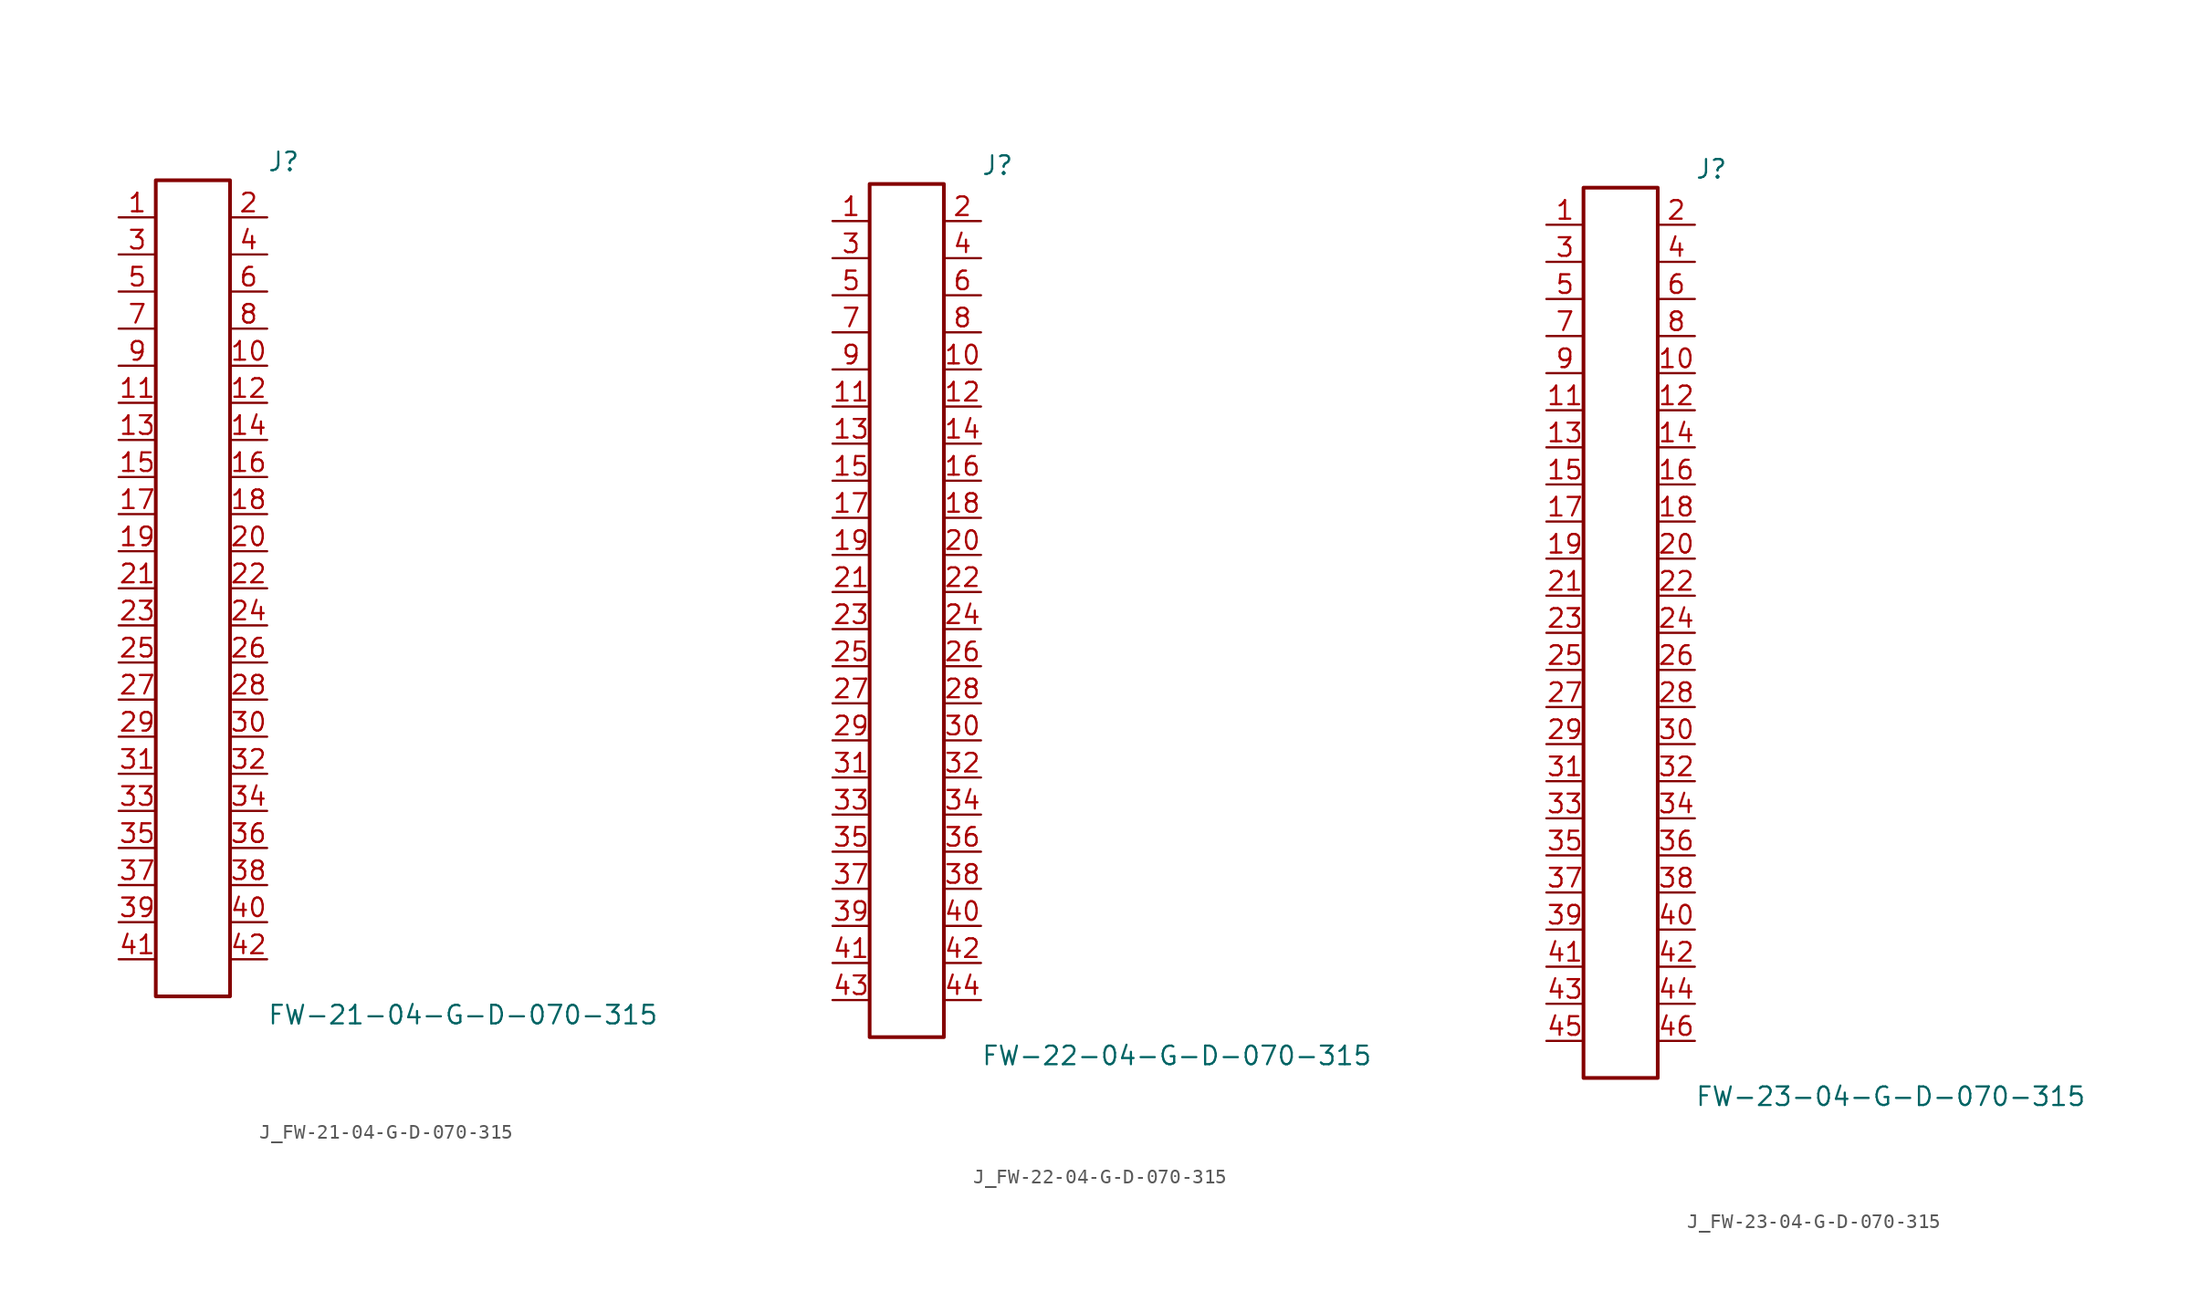
<source format=kicad_sym>
(kicad_symbol_lib
  (version 20231120)
  (generator kicad_symbol_editor)
  (generator_version 8.0)
  (symbol "J_FW-21-04-G-D-070-315"
    (pin_names
      (offset 0.254))
    (property "Reference" "J"
      (at 5.08 29.21 0)
      (effects (font (size 1.27 1.27)) (justify left)))
    (property "Value" "FW-21-04-G-D-070-315"
      (at 5.08 -29.21 0)
      (effects (font (size 1.27 1.27)) (justify left)))
    (symbol "J_FW-21-04-G-D-070-315_0_0"
      (pin passive line (at -5.08 25.4 0) (length 2.54) (name "" (effects (font (size 1.27 1.27)))) (number "1" (effects (font (size 1.27 1.27)))))
      (pin passive line (at 5.08 25.4 180) (length 2.54) (name "" (effects (font (size 1.27 1.27)))) (number "2" (effects (font (size 1.27 1.27)))))
      (pin passive line (at -5.08 22.86 0) (length 2.54) (name "" (effects (font (size 1.27 1.27)))) (number "3" (effects (font (size 1.27 1.27)))))
      (pin passive line (at 5.08 22.86 180) (length 2.54) (name "" (effects (font (size 1.27 1.27)))) (number "4" (effects (font (size 1.27 1.27)))))
      (pin passive line (at -5.08 20.32 0) (length 2.54) (name "" (effects (font (size 1.27 1.27)))) (number "5" (effects (font (size 1.27 1.27)))))
      (pin passive line (at 5.08 20.32 180) (length 2.54) (name "" (effects (font (size 1.27 1.27)))) (number "6" (effects (font (size 1.27 1.27)))))
      (pin passive line (at -5.08 17.78 0) (length 2.54) (name "" (effects (font (size 1.27 1.27)))) (number "7" (effects (font (size 1.27 1.27)))))
      (pin passive line (at 5.08 17.78 180) (length 2.54) (name "" (effects (font (size 1.27 1.27)))) (number "8" (effects (font (size 1.27 1.27)))))
      (pin passive line (at -5.08 15.24 0) (length 2.54) (name "" (effects (font (size 1.27 1.27)))) (number "9" (effects (font (size 1.27 1.27)))))
      (pin passive line (at 5.08 15.24 180) (length 2.54) (name "" (effects (font (size 1.27 1.27)))) (number "10" (effects (font (size 1.27 1.27)))))
      (pin passive line (at -5.08 12.7 0) (length 2.54) (name "" (effects (font (size 1.27 1.27)))) (number "11" (effects (font (size 1.27 1.27)))))
      (pin passive line (at 5.08 12.7 180) (length 2.54) (name "" (effects (font (size 1.27 1.27)))) (number "12" (effects (font (size 1.27 1.27)))))
      (pin passive line (at -5.08 10.16 0) (length 2.54) (name "" (effects (font (size 1.27 1.27)))) (number "13" (effects (font (size 1.27 1.27)))))
      (pin passive line (at 5.08 10.16 180) (length 2.54) (name "" (effects (font (size 1.27 1.27)))) (number "14" (effects (font (size 1.27 1.27)))))
      (pin passive line (at -5.08 7.62 0) (length 2.54) (name "" (effects (font (size 1.27 1.27)))) (number "15" (effects (font (size 1.27 1.27)))))
      (pin passive line (at 5.08 7.62 180) (length 2.54) (name "" (effects (font (size 1.27 1.27)))) (number "16" (effects (font (size 1.27 1.27)))))
      (pin passive line (at -5.08 5.08 0) (length 2.54) (name "" (effects (font (size 1.27 1.27)))) (number "17" (effects (font (size 1.27 1.27)))))
      (pin passive line (at 5.08 5.08 180) (length 2.54) (name "" (effects (font (size 1.27 1.27)))) (number "18" (effects (font (size 1.27 1.27)))))
      (pin passive line (at -5.08 2.54 0) (length 2.54) (name "" (effects (font (size 1.27 1.27)))) (number "19" (effects (font (size 1.27 1.27)))))
      (pin passive line (at 5.08 2.54 180) (length 2.54) (name "" (effects (font (size 1.27 1.27)))) (number "20" (effects (font (size 1.27 1.27)))))
      (pin passive line (at -5.08 0.0 0) (length 2.54) (name "" (effects (font (size 1.27 1.27)))) (number "21" (effects (font (size 1.27 1.27)))))
      (pin passive line (at 5.08 0.0 180) (length 2.54) (name "" (effects (font (size 1.27 1.27)))) (number "22" (effects (font (size 1.27 1.27)))))
      (pin passive line (at -5.08 -2.54 0) (length 2.54) (name "" (effects (font (size 1.27 1.27)))) (number "23" (effects (font (size 1.27 1.27)))))
      (pin passive line (at 5.08 -2.54 180) (length 2.54) (name "" (effects (font (size 1.27 1.27)))) (number "24" (effects (font (size 1.27 1.27)))))
      (pin passive line (at -5.08 -5.08 0) (length 2.54) (name "" (effects (font (size 1.27 1.27)))) (number "25" (effects (font (size 1.27 1.27)))))
      (pin passive line (at 5.08 -5.08 180) (length 2.54) (name "" (effects (font (size 1.27 1.27)))) (number "26" (effects (font (size 1.27 1.27)))))
      (pin passive line (at -5.08 -7.62 0) (length 2.54) (name "" (effects (font (size 1.27 1.27)))) (number "27" (effects (font (size 1.27 1.27)))))
      (pin passive line (at 5.08 -7.62 180) (length 2.54) (name "" (effects (font (size 1.27 1.27)))) (number "28" (effects (font (size 1.27 1.27)))))
      (pin passive line (at -5.08 -10.16 0) (length 2.54) (name "" (effects (font (size 1.27 1.27)))) (number "29" (effects (font (size 1.27 1.27)))))
      (pin passive line (at 5.08 -10.16 180) (length 2.54) (name "" (effects (font (size 1.27 1.27)))) (number "30" (effects (font (size 1.27 1.27)))))
      (pin passive line (at -5.08 -12.7 0) (length 2.54) (name "" (effects (font (size 1.27 1.27)))) (number "31" (effects (font (size 1.27 1.27)))))
      (pin passive line (at 5.08 -12.7 180) (length 2.54) (name "" (effects (font (size 1.27 1.27)))) (number "32" (effects (font (size 1.27 1.27)))))
      (pin passive line (at -5.08 -15.24 0) (length 2.54) (name "" (effects (font (size 1.27 1.27)))) (number "33" (effects (font (size 1.27 1.27)))))
      (pin passive line (at 5.08 -15.24 180) (length 2.54) (name "" (effects (font (size 1.27 1.27)))) (number "34" (effects (font (size 1.27 1.27)))))
      (pin passive line (at -5.08 -17.78 0) (length 2.54) (name "" (effects (font (size 1.27 1.27)))) (number "35" (effects (font (size 1.27 1.27)))))
      (pin passive line (at 5.08 -17.78 180) (length 2.54) (name "" (effects (font (size 1.27 1.27)))) (number "36" (effects (font (size 1.27 1.27)))))
      (pin passive line (at -5.08 -20.32 0) (length 2.54) (name "" (effects (font (size 1.27 1.27)))) (number "37" (effects (font (size 1.27 1.27)))))
      (pin passive line (at 5.08 -20.32 180) (length 2.54) (name "" (effects (font (size 1.27 1.27)))) (number "38" (effects (font (size 1.27 1.27)))))
      (pin passive line (at -5.08 -22.86 0) (length 2.54) (name "" (effects (font (size 1.27 1.27)))) (number "39" (effects (font (size 1.27 1.27)))))
      (pin passive line (at 5.08 -22.86 180) (length 2.54) (name "" (effects (font (size 1.27 1.27)))) (number "40" (effects (font (size 1.27 1.27)))))
      (pin passive line (at -5.08 -25.4 0) (length 2.54) (name "" (effects (font (size 1.27 1.27)))) (number "41" (effects (font (size 1.27 1.27)))))
      (pin passive line (at 5.08 -25.4 180) (length 2.54) (name "" (effects (font (size 1.27 1.27)))) (number "42" (effects (font (size 1.27 1.27))))))
    (symbol "J_FW-21-04-G-D-070-315_1_0"
      (rectangle (start -2.54 27.94) (end 2.54 -27.94) (stroke (width 0.254) (type solid)) (fill (type none)))))
  (symbol "J_FW-22-04-G-D-070-315"
    (pin_names
      (offset 0.254))
    (property "Reference" "J"
      (at 5.08 30.48 0)
      (effects (font (size 1.27 1.27)) (justify left)))
    (property "Value" "FW-22-04-G-D-070-315"
      (at 5.08 -30.48 0)
      (effects (font (size 1.27 1.27)) (justify left)))
    (symbol "J_FW-22-04-G-D-070-315_0_0"
      (pin passive line (at -5.08 26.67 0) (length 2.54) (name "" (effects (font (size 1.27 1.27)))) (number "1" (effects (font (size 1.27 1.27)))))
      (pin passive line (at 5.08 26.67 180) (length 2.54) (name "" (effects (font (size 1.27 1.27)))) (number "2" (effects (font (size 1.27 1.27)))))
      (pin passive line (at -5.08 24.13 0) (length 2.54) (name "" (effects (font (size 1.27 1.27)))) (number "3" (effects (font (size 1.27 1.27)))))
      (pin passive line (at 5.08 24.13 180) (length 2.54) (name "" (effects (font (size 1.27 1.27)))) (number "4" (effects (font (size 1.27 1.27)))))
      (pin passive line (at -5.08 21.59 0) (length 2.54) (name "" (effects (font (size 1.27 1.27)))) (number "5" (effects (font (size 1.27 1.27)))))
      (pin passive line (at 5.08 21.59 180) (length 2.54) (name "" (effects (font (size 1.27 1.27)))) (number "6" (effects (font (size 1.27 1.27)))))
      (pin passive line (at -5.08 19.05 0) (length 2.54) (name "" (effects (font (size 1.27 1.27)))) (number "7" (effects (font (size 1.27 1.27)))))
      (pin passive line (at 5.08 19.05 180) (length 2.54) (name "" (effects (font (size 1.27 1.27)))) (number "8" (effects (font (size 1.27 1.27)))))
      (pin passive line (at -5.08 16.51 0) (length 2.54) (name "" (effects (font (size 1.27 1.27)))) (number "9" (effects (font (size 1.27 1.27)))))
      (pin passive line (at 5.08 16.51 180) (length 2.54) (name "" (effects (font (size 1.27 1.27)))) (number "10" (effects (font (size 1.27 1.27)))))
      (pin passive line (at -5.08 13.97 0) (length 2.54) (name "" (effects (font (size 1.27 1.27)))) (number "11" (effects (font (size 1.27 1.27)))))
      (pin passive line (at 5.08 13.97 180) (length 2.54) (name "" (effects (font (size 1.27 1.27)))) (number "12" (effects (font (size 1.27 1.27)))))
      (pin passive line (at -5.08 11.43 0) (length 2.54) (name "" (effects (font (size 1.27 1.27)))) (number "13" (effects (font (size 1.27 1.27)))))
      (pin passive line (at 5.08 11.43 180) (length 2.54) (name "" (effects (font (size 1.27 1.27)))) (number "14" (effects (font (size 1.27 1.27)))))
      (pin passive line (at -5.08 8.89 0) (length 2.54) (name "" (effects (font (size 1.27 1.27)))) (number "15" (effects (font (size 1.27 1.27)))))
      (pin passive line (at 5.08 8.89 180) (length 2.54) (name "" (effects (font (size 1.27 1.27)))) (number "16" (effects (font (size 1.27 1.27)))))
      (pin passive line (at -5.08 6.35 0) (length 2.54) (name "" (effects (font (size 1.27 1.27)))) (number "17" (effects (font (size 1.27 1.27)))))
      (pin passive line (at 5.08 6.35 180) (length 2.54) (name "" (effects (font (size 1.27 1.27)))) (number "18" (effects (font (size 1.27 1.27)))))
      (pin passive line (at -5.08 3.81 0) (length 2.54) (name "" (effects (font (size 1.27 1.27)))) (number "19" (effects (font (size 1.27 1.27)))))
      (pin passive line (at 5.08 3.81 180) (length 2.54) (name "" (effects (font (size 1.27 1.27)))) (number "20" (effects (font (size 1.27 1.27)))))
      (pin passive line (at -5.08 1.27 0) (length 2.54) (name "" (effects (font (size 1.27 1.27)))) (number "21" (effects (font (size 1.27 1.27)))))
      (pin passive line (at 5.08 1.27 180) (length 2.54) (name "" (effects (font (size 1.27 1.27)))) (number "22" (effects (font (size 1.27 1.27)))))
      (pin passive line (at -5.08 -1.27 0) (length 2.54) (name "" (effects (font (size 1.27 1.27)))) (number "23" (effects (font (size 1.27 1.27)))))
      (pin passive line (at 5.08 -1.27 180) (length 2.54) (name "" (effects (font (size 1.27 1.27)))) (number "24" (effects (font (size 1.27 1.27)))))
      (pin passive line (at -5.08 -3.81 0) (length 2.54) (name "" (effects (font (size 1.27 1.27)))) (number "25" (effects (font (size 1.27 1.27)))))
      (pin passive line (at 5.08 -3.81 180) (length 2.54) (name "" (effects (font (size 1.27 1.27)))) (number "26" (effects (font (size 1.27 1.27)))))
      (pin passive line (at -5.08 -6.35 0) (length 2.54) (name "" (effects (font (size 1.27 1.27)))) (number "27" (effects (font (size 1.27 1.27)))))
      (pin passive line (at 5.08 -6.35 180) (length 2.54) (name "" (effects (font (size 1.27 1.27)))) (number "28" (effects (font (size 1.27 1.27)))))
      (pin passive line (at -5.08 -8.89 0) (length 2.54) (name "" (effects (font (size 1.27 1.27)))) (number "29" (effects (font (size 1.27 1.27)))))
      (pin passive line (at 5.08 -8.89 180) (length 2.54) (name "" (effects (font (size 1.27 1.27)))) (number "30" (effects (font (size 1.27 1.27)))))
      (pin passive line (at -5.08 -11.43 0) (length 2.54) (name "" (effects (font (size 1.27 1.27)))) (number "31" (effects (font (size 1.27 1.27)))))
      (pin passive line (at 5.08 -11.43 180) (length 2.54) (name "" (effects (font (size 1.27 1.27)))) (number "32" (effects (font (size 1.27 1.27)))))
      (pin passive line (at -5.08 -13.97 0) (length 2.54) (name "" (effects (font (size 1.27 1.27)))) (number "33" (effects (font (size 1.27 1.27)))))
      (pin passive line (at 5.08 -13.97 180) (length 2.54) (name "" (effects (font (size 1.27 1.27)))) (number "34" (effects (font (size 1.27 1.27)))))
      (pin passive line (at -5.08 -16.51 0) (length 2.54) (name "" (effects (font (size 1.27 1.27)))) (number "35" (effects (font (size 1.27 1.27)))))
      (pin passive line (at 5.08 -16.51 180) (length 2.54) (name "" (effects (font (size 1.27 1.27)))) (number "36" (effects (font (size 1.27 1.27)))))
      (pin passive line (at -5.08 -19.05 0) (length 2.54) (name "" (effects (font (size 1.27 1.27)))) (number "37" (effects (font (size 1.27 1.27)))))
      (pin passive line (at 5.08 -19.05 180) (length 2.54) (name "" (effects (font (size 1.27 1.27)))) (number "38" (effects (font (size 1.27 1.27)))))
      (pin passive line (at -5.08 -21.59 0) (length 2.54) (name "" (effects (font (size 1.27 1.27)))) (number "39" (effects (font (size 1.27 1.27)))))
      (pin passive line (at 5.08 -21.59 180) (length 2.54) (name "" (effects (font (size 1.27 1.27)))) (number "40" (effects (font (size 1.27 1.27)))))
      (pin passive line (at -5.08 -24.13 0) (length 2.54) (name "" (effects (font (size 1.27 1.27)))) (number "41" (effects (font (size 1.27 1.27)))))
      (pin passive line (at 5.08 -24.13 180) (length 2.54) (name "" (effects (font (size 1.27 1.27)))) (number "42" (effects (font (size 1.27 1.27)))))
      (pin passive line (at -5.08 -26.67 0) (length 2.54) (name "" (effects (font (size 1.27 1.27)))) (number "43" (effects (font (size 1.27 1.27)))))
      (pin passive line (at 5.08 -26.67 180) (length 2.54) (name "" (effects (font (size 1.27 1.27)))) (number "44" (effects (font (size 1.27 1.27))))))
    (symbol "J_FW-22-04-G-D-070-315_1_0"
      (rectangle (start -2.54 29.21) (end 2.54 -29.21) (stroke (width 0.254) (type solid)) (fill (type none)))))
  (symbol "J_FW-23-04-G-D-070-315"
    (pin_names
      (offset 0.254))
    (property "Reference" "J"
      (at 5.08 31.75 0)
      (effects (font (size 1.27 1.27)) (justify left)))
    (property "Value" "FW-23-04-G-D-070-315"
      (at 5.08 -31.75 0)
      (effects (font (size 1.27 1.27)) (justify left)))
    (symbol "J_FW-23-04-G-D-070-315_0_0"
      (pin passive line (at -5.08 27.94 0) (length 2.54) (name "" (effects (font (size 1.27 1.27)))) (number "1" (effects (font (size 1.27 1.27)))))
      (pin passive line (at 5.08 27.94 180) (length 2.54) (name "" (effects (font (size 1.27 1.27)))) (number "2" (effects (font (size 1.27 1.27)))))
      (pin passive line (at -5.08 25.4 0) (length 2.54) (name "" (effects (font (size 1.27 1.27)))) (number "3" (effects (font (size 1.27 1.27)))))
      (pin passive line (at 5.08 25.4 180) (length 2.54) (name "" (effects (font (size 1.27 1.27)))) (number "4" (effects (font (size 1.27 1.27)))))
      (pin passive line (at -5.08 22.86 0) (length 2.54) (name "" (effects (font (size 1.27 1.27)))) (number "5" (effects (font (size 1.27 1.27)))))
      (pin passive line (at 5.08 22.86 180) (length 2.54) (name "" (effects (font (size 1.27 1.27)))) (number "6" (effects (font (size 1.27 1.27)))))
      (pin passive line (at -5.08 20.32 0) (length 2.54) (name "" (effects (font (size 1.27 1.27)))) (number "7" (effects (font (size 1.27 1.27)))))
      (pin passive line (at 5.08 20.32 180) (length 2.54) (name "" (effects (font (size 1.27 1.27)))) (number "8" (effects (font (size 1.27 1.27)))))
      (pin passive line (at -5.08 17.78 0) (length 2.54) (name "" (effects (font (size 1.27 1.27)))) (number "9" (effects (font (size 1.27 1.27)))))
      (pin passive line (at 5.08 17.78 180) (length 2.54) (name "" (effects (font (size 1.27 1.27)))) (number "10" (effects (font (size 1.27 1.27)))))
      (pin passive line (at -5.08 15.24 0) (length 2.54) (name "" (effects (font (size 1.27 1.27)))) (number "11" (effects (font (size 1.27 1.27)))))
      (pin passive line (at 5.08 15.24 180) (length 2.54) (name "" (effects (font (size 1.27 1.27)))) (number "12" (effects (font (size 1.27 1.27)))))
      (pin passive line (at -5.08 12.7 0) (length 2.54) (name "" (effects (font (size 1.27 1.27)))) (number "13" (effects (font (size 1.27 1.27)))))
      (pin passive line (at 5.08 12.7 180) (length 2.54) (name "" (effects (font (size 1.27 1.27)))) (number "14" (effects (font (size 1.27 1.27)))))
      (pin passive line (at -5.08 10.16 0) (length 2.54) (name "" (effects (font (size 1.27 1.27)))) (number "15" (effects (font (size 1.27 1.27)))))
      (pin passive line (at 5.08 10.16 180) (length 2.54) (name "" (effects (font (size 1.27 1.27)))) (number "16" (effects (font (size 1.27 1.27)))))
      (pin passive line (at -5.08 7.62 0) (length 2.54) (name "" (effects (font (size 1.27 1.27)))) (number "17" (effects (font (size 1.27 1.27)))))
      (pin passive line (at 5.08 7.62 180) (length 2.54) (name "" (effects (font (size 1.27 1.27)))) (number "18" (effects (font (size 1.27 1.27)))))
      (pin passive line (at -5.08 5.08 0) (length 2.54) (name "" (effects (font (size 1.27 1.27)))) (number "19" (effects (font (size 1.27 1.27)))))
      (pin passive line (at 5.08 5.08 180) (length 2.54) (name "" (effects (font (size 1.27 1.27)))) (number "20" (effects (font (size 1.27 1.27)))))
      (pin passive line (at -5.08 2.54 0) (length 2.54) (name "" (effects (font (size 1.27 1.27)))) (number "21" (effects (font (size 1.27 1.27)))))
      (pin passive line (at 5.08 2.54 180) (length 2.54) (name "" (effects (font (size 1.27 1.27)))) (number "22" (effects (font (size 1.27 1.27)))))
      (pin passive line (at -5.08 0.0 0) (length 2.54) (name "" (effects (font (size 1.27 1.27)))) (number "23" (effects (font (size 1.27 1.27)))))
      (pin passive line (at 5.08 0.0 180) (length 2.54) (name "" (effects (font (size 1.27 1.27)))) (number "24" (effects (font (size 1.27 1.27)))))
      (pin passive line (at -5.08 -2.54 0) (length 2.54) (name "" (effects (font (size 1.27 1.27)))) (number "25" (effects (font (size 1.27 1.27)))))
      (pin passive line (at 5.08 -2.54 180) (length 2.54) (name "" (effects (font (size 1.27 1.27)))) (number "26" (effects (font (size 1.27 1.27)))))
      (pin passive line (at -5.08 -5.08 0) (length 2.54) (name "" (effects (font (size 1.27 1.27)))) (number "27" (effects (font (size 1.27 1.27)))))
      (pin passive line (at 5.08 -5.08 180) (length 2.54) (name "" (effects (font (size 1.27 1.27)))) (number "28" (effects (font (size 1.27 1.27)))))
      (pin passive line (at -5.08 -7.62 0) (length 2.54) (name "" (effects (font (size 1.27 1.27)))) (number "29" (effects (font (size 1.27 1.27)))))
      (pin passive line (at 5.08 -7.62 180) (length 2.54) (name "" (effects (font (size 1.27 1.27)))) (number "30" (effects (font (size 1.27 1.27)))))
      (pin passive line (at -5.08 -10.16 0) (length 2.54) (name "" (effects (font (size 1.27 1.27)))) (number "31" (effects (font (size 1.27 1.27)))))
      (pin passive line (at 5.08 -10.16 180) (length 2.54) (name "" (effects (font (size 1.27 1.27)))) (number "32" (effects (font (size 1.27 1.27)))))
      (pin passive line (at -5.08 -12.7 0) (length 2.54) (name "" (effects (font (size 1.27 1.27)))) (number "33" (effects (font (size 1.27 1.27)))))
      (pin passive line (at 5.08 -12.7 180) (length 2.54) (name "" (effects (font (size 1.27 1.27)))) (number "34" (effects (font (size 1.27 1.27)))))
      (pin passive line (at -5.08 -15.24 0) (length 2.54) (name "" (effects (font (size 1.27 1.27)))) (number "35" (effects (font (size 1.27 1.27)))))
      (pin passive line (at 5.08 -15.24 180) (length 2.54) (name "" (effects (font (size 1.27 1.27)))) (number "36" (effects (font (size 1.27 1.27)))))
      (pin passive line (at -5.08 -17.78 0) (length 2.54) (name "" (effects (font (size 1.27 1.27)))) (number "37" (effects (font (size 1.27 1.27)))))
      (pin passive line (at 5.08 -17.78 180) (length 2.54) (name "" (effects (font (size 1.27 1.27)))) (number "38" (effects (font (size 1.27 1.27)))))
      (pin passive line (at -5.08 -20.32 0) (length 2.54) (name "" (effects (font (size 1.27 1.27)))) (number "39" (effects (font (size 1.27 1.27)))))
      (pin passive line (at 5.08 -20.32 180) (length 2.54) (name "" (effects (font (size 1.27 1.27)))) (number "40" (effects (font (size 1.27 1.27)))))
      (pin passive line (at -5.08 -22.86 0) (length 2.54) (name "" (effects (font (size 1.27 1.27)))) (number "41" (effects (font (size 1.27 1.27)))))
      (pin passive line (at 5.08 -22.86 180) (length 2.54) (name "" (effects (font (size 1.27 1.27)))) (number "42" (effects (font (size 1.27 1.27)))))
      (pin passive line (at -5.08 -25.4 0) (length 2.54) (name "" (effects (font (size 1.27 1.27)))) (number "43" (effects (font (size 1.27 1.27)))))
      (pin passive line (at 5.08 -25.4 180) (length 2.54) (name "" (effects (font (size 1.27 1.27)))) (number "44" (effects (font (size 1.27 1.27)))))
      (pin passive line (at -5.08 -27.94 0) (length 2.54) (name "" (effects (font (size 1.27 1.27)))) (number "45" (effects (font (size 1.27 1.27)))))
      (pin passive line (at 5.08 -27.94 180) (length 2.54) (name "" (effects (font (size 1.27 1.27)))) (number "46" (effects (font (size 1.27 1.27))))))
    (symbol "J_FW-23-04-G-D-070-315_1_0"
      (rectangle (start -2.54 30.48) (end 2.54 -30.48) (stroke (width 0.254) (type solid)) (fill (type none))))))
</source>
